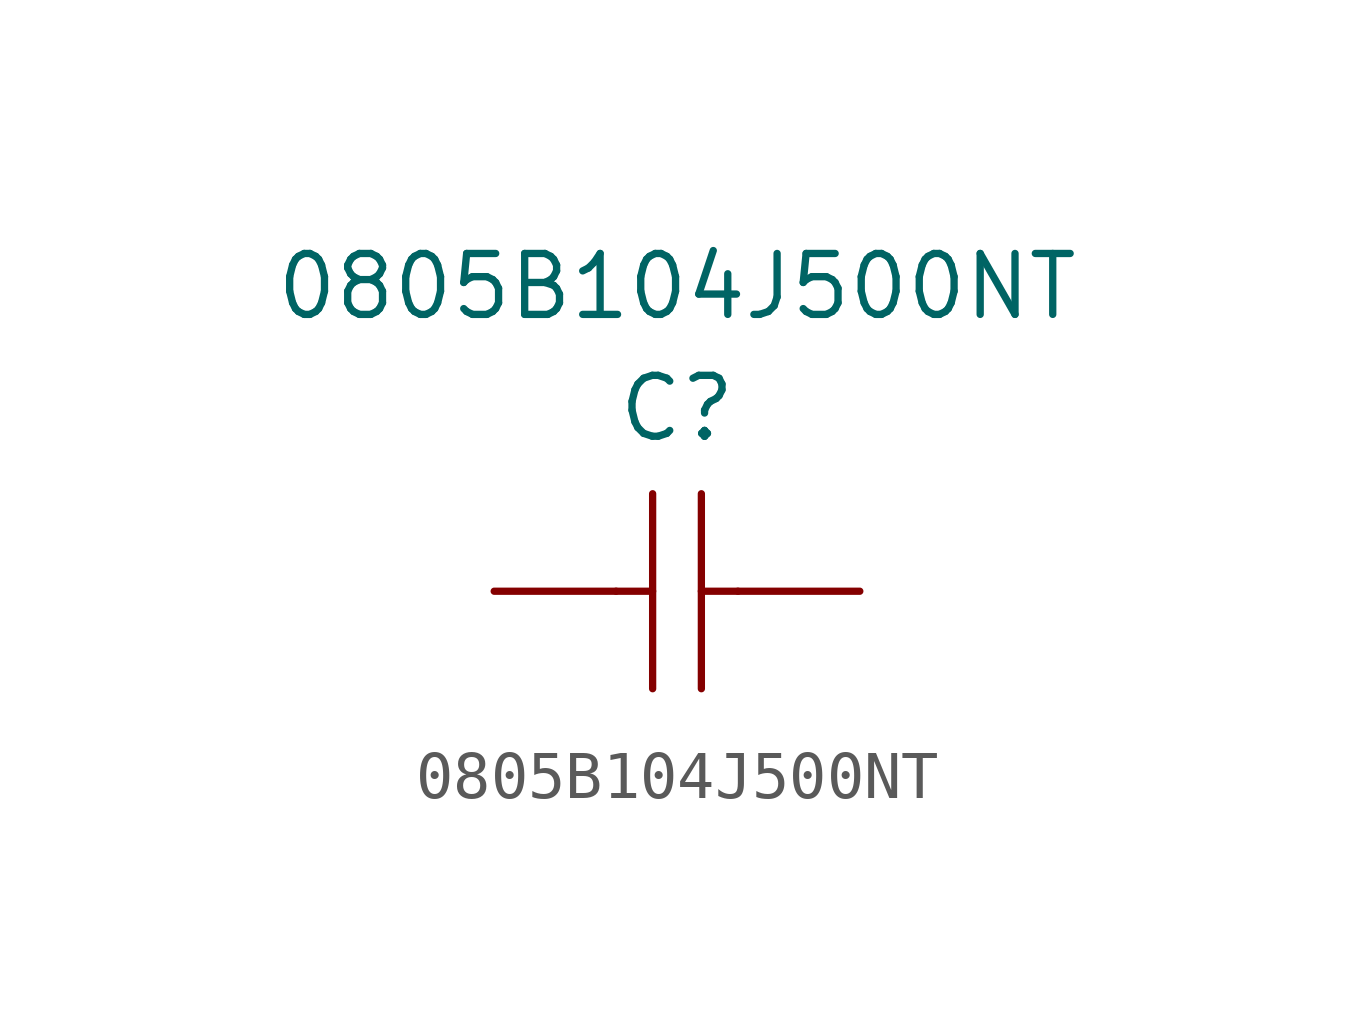
<source format=kicad_sym>
(kicad_symbol_lib
  (version 20211014)
  (generator kicad_symbol_editor)
  (symbol "0805B104J500NT"
    (pin_numbers hide)
    (pin_names
      (offset 1.016) hide)
    (property "Reference" "C"
      (at 0 3.81 0)
      (effects (font (size 1.27 1.27))))
    (property "Value" "0805B104J500NT"
      (at 0 6.35 0)
      (effects (font (size 1.27 1.27))))
    (symbol "0805B104J500NT_1_1"
      (polyline (pts (xy -1.27 0) (xy -0.508 0)) (stroke (width 0.152) (type default) (color 0 0 0 0)) (fill (type none)))
      (polyline (pts (xy -0.508 2.032) (xy -0.508 -2.032)) (stroke (width 0.152) (type default) (color 0 0 0 0)) (fill (type none)))
      (polyline (pts (xy 0.508 0) (xy 1.27 0)) (stroke (width 0.152) (type default) (color 0 0 0 0)) (fill (type none)))
      (polyline (pts (xy 0.508 2.032) (xy 0.508 -2.032)) (stroke (width 0.152) (type default) (color 0 0 0 0)) (fill (type none)))
      (pin input line (at -3.81 0 0) (length 2.54) (name "1" (effects (font (size 1.27 1.27)))) (number "1" (effects (font (size 1.27 1.27)))))
      (pin input line (at 3.81 0 180) (length 2.54) (name "2" (effects (font (size 1.27 1.27)))) (number "2" (effects (font (size 1.27 1.27))))))))
</source>
